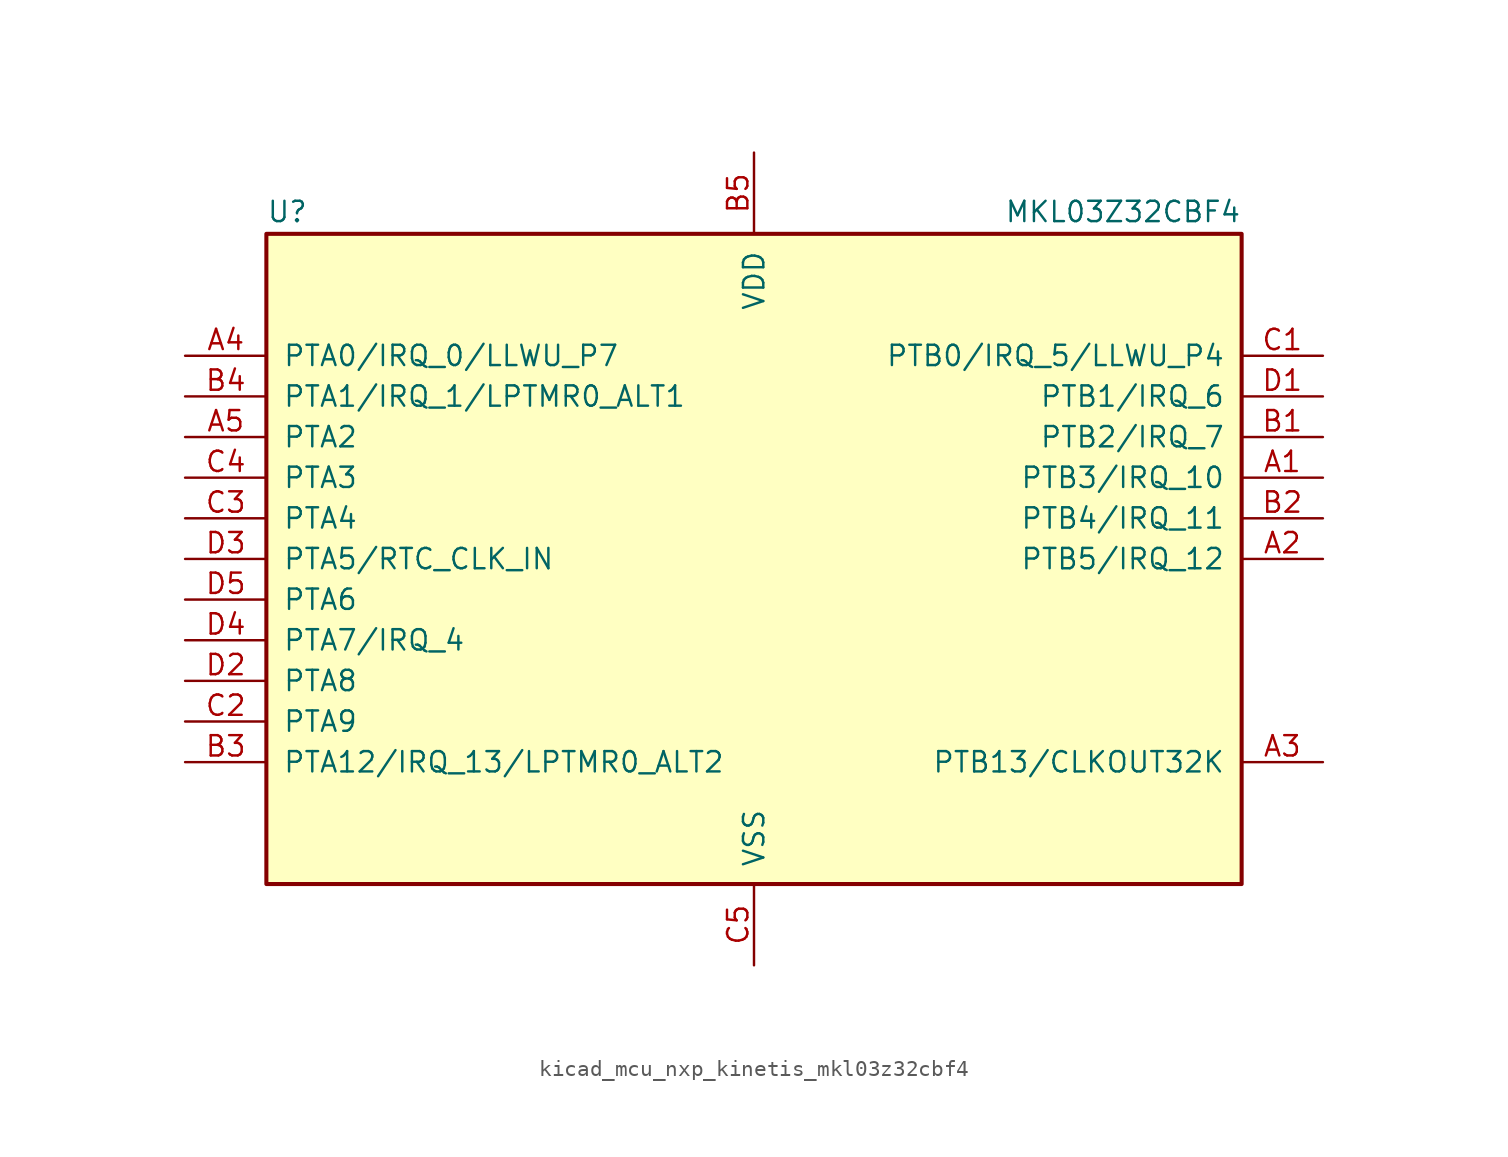
<source format=kicad_sym>
(kicad_symbol_lib
  (version 20220914)
  (generator kicad_symbol_editor)
  (symbol "kicad_mcu_nxp_kinetis_mkl03z32cbf4"
    (pin_names
      (offset 1.016))
    (property "Reference" "U"
      (at -30.48 20.955 0)
      (effects (font (size 1.27 1.27)) (justify left bottom)))
    (property "Value" "MKL03Z32CBF4"
      (at 30.48 20.955 0)
      (effects (font (size 1.27 1.27)) (justify right bottom)))
    (symbol "kicad_mcu_nxp_kinetis_mkl03z32cbf4_0_1"
      (rectangle (start -30.48 20.32) (end 30.48 -20.32) (stroke (width 0.254) (type default)) (fill (type background))))
    (symbol "kicad_mcu_nxp_kinetis_mkl03z32cbf4_1_1"
      (pin bidirectional line (at 35.56 5.08 180) (length 5.08) (name "PTB3/IRQ_10" (effects (font (size 1.27 1.27)))) (number "A1" (effects (font (size 1.27 1.27)))))
      (pin bidirectional line (at 35.56 0 180) (length 5.08) (name "PTB5/IRQ_12" (effects (font (size 1.27 1.27)))) (number "A2" (effects (font (size 1.27 1.27)))))
      (pin bidirectional line (at 35.56 -12.7 180) (length 5.08) (name "PTB13/CLKOUT32K" (effects (font (size 1.27 1.27)))) (number "A3" (effects (font (size 1.27 1.27)))))
      (pin bidirectional line (at -35.56 12.7 0) (length 5.08) (name "PTA0/IRQ_0/LLWU_P7" (effects (font (size 1.27 1.27)))) (number "A4" (effects (font (size 1.27 1.27)))))
      (pin bidirectional line (at -35.56 7.62 0) (length 5.08) (name "PTA2" (effects (font (size 1.27 1.27)))) (number "A5" (effects (font (size 1.27 1.27)))))
      (pin bidirectional line (at 35.56 7.62 180) (length 5.08) (name "PTB2/IRQ_7" (effects (font (size 1.27 1.27)))) (number "B1" (effects (font (size 1.27 1.27)))))
      (pin bidirectional line (at 35.56 2.54 180) (length 5.08) (name "PTB4/IRQ_11" (effects (font (size 1.27 1.27)))) (number "B2" (effects (font (size 1.27 1.27)))))
      (pin bidirectional line (at -35.56 -12.7 0) (length 5.08) (name "PTA12/IRQ_13/LPTMR0_ALT2" (effects (font (size 1.27 1.27)))) (number "B3" (effects (font (size 1.27 1.27)))))
      (pin bidirectional line (at -35.56 10.16 0) (length 5.08) (name "PTA1/IRQ_1/LPTMR0_ALT1" (effects (font (size 1.27 1.27)))) (number "B4" (effects (font (size 1.27 1.27)))))
      (pin power_in line (at 0 25.4 270) (length 5.08) (name "VDD" (effects (font (size 1.27 1.27)))) (number "B5" (effects (font (size 1.27 1.27)))))
      (pin bidirectional line (at 35.56 12.7 180) (length 5.08) (name "PTB0/IRQ_5/LLWU_P4" (effects (font (size 1.27 1.27)))) (number "C1" (effects (font (size 1.27 1.27)))))
      (pin bidirectional line (at -35.56 -10.16 0) (length 5.08) (name "PTA9" (effects (font (size 1.27 1.27)))) (number "C2" (effects (font (size 1.27 1.27)))))
      (pin bidirectional line (at -35.56 2.54 0) (length 5.08) (name "PTA4" (effects (font (size 1.27 1.27)))) (number "C3" (effects (font (size 1.27 1.27)))))
      (pin bidirectional line (at -35.56 5.08 0) (length 5.08) (name "PTA3" (effects (font (size 1.27 1.27)))) (number "C4" (effects (font (size 1.27 1.27)))))
      (pin power_in line (at 0 -25.4 90) (length 5.08) (name "VSS" (effects (font (size 1.27 1.27)))) (number "C5" (effects (font (size 1.27 1.27)))))
      (pin bidirectional line (at 35.56 10.16 180) (length 5.08) (name "PTB1/IRQ_6" (effects (font (size 1.27 1.27)))) (number "D1" (effects (font (size 1.27 1.27)))))
      (pin bidirectional line (at -35.56 -7.62 0) (length 5.08) (name "PTA8" (effects (font (size 1.27 1.27)))) (number "D2" (effects (font (size 1.27 1.27)))))
      (pin bidirectional line (at -35.56 0 0) (length 5.08) (name "PTA5/RTC_CLK_IN" (effects (font (size 1.27 1.27)))) (number "D3" (effects (font (size 1.27 1.27)))))
      (pin bidirectional line (at -35.56 -5.08 0) (length 5.08) (name "PTA7/IRQ_4" (effects (font (size 1.27 1.27)))) (number "D4" (effects (font (size 1.27 1.27)))))
      (pin bidirectional line (at -35.56 -2.54 0) (length 5.08) (name "PTA6" (effects (font (size 1.27 1.27)))) (number "D5" (effects (font (size 1.27 1.27))))))))
</source>
